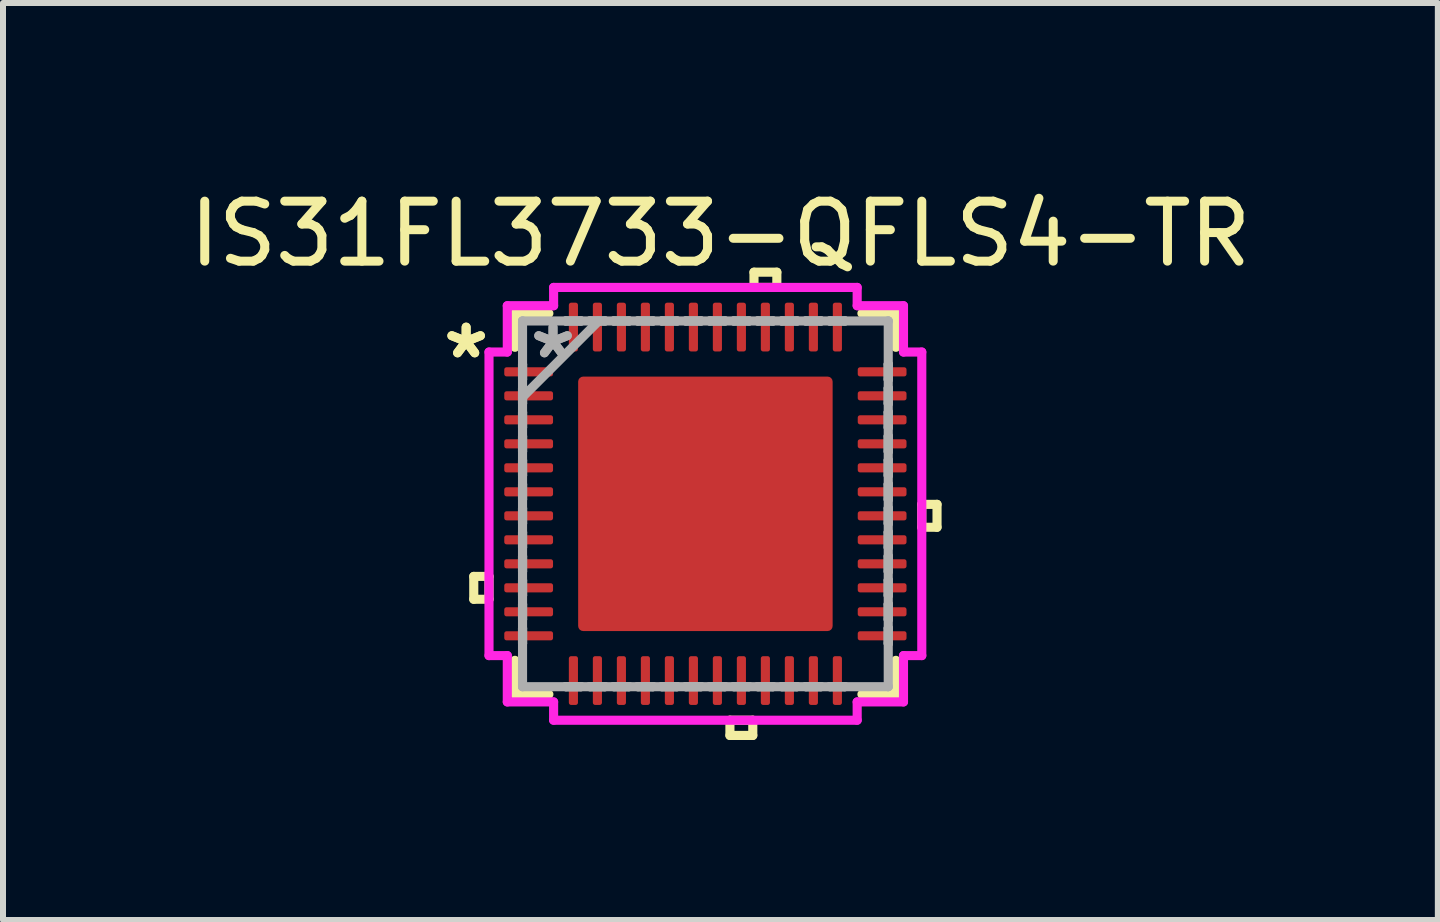
<source format=kicad_pcb>
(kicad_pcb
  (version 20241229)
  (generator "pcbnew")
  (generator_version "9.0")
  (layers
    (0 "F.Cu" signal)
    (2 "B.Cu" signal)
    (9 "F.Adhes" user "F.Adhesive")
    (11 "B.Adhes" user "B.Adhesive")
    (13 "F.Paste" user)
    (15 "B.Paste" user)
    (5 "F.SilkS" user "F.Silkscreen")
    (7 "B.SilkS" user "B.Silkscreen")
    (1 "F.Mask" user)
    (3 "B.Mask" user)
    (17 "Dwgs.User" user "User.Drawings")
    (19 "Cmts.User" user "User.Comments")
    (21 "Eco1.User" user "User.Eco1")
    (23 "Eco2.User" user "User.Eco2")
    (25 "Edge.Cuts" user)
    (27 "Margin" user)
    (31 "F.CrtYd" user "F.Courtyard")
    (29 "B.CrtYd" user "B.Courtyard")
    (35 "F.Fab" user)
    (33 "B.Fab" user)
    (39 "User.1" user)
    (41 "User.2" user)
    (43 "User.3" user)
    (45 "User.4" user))
  (footprint "IS31FL3733-QFLS4-TR"
    (layer "F.Cu")
    (at 8.708 5.348)
    (property "Reference" "IS31FL3733-QFLS4-TR" (at 0.25 -4.5 0) (layer "F.SilkS") (effects (font (size 1 1) (thickness 0.15))))
    (attr smd)
    (fp_line (start -3.861 1.21) (end -3.861 1.591) (stroke (width 0.152) (type solid)) (layer "F.SilkS"))
    (fp_line (start -3.861 1.591) (end -3.607 1.591) (stroke (width 0.152) (type solid)) (layer "F.SilkS"))
    (fp_line (start -3.607 1.21) (end -3.861 1.21) (stroke (width 0.152) (type solid)) (layer "F.SilkS"))
    (fp_line (start -3.607 1.591) (end -3.607 1.21) (stroke (width 0.152) (type solid)) (layer "F.SilkS"))
    (fp_line (start -3.175 -3.175) (end -3.175 -2.609) (stroke (width 0.152) (type solid)) (layer "F.SilkS"))
    (fp_line (start -3.175 2.609) (end -3.175 3.175) (stroke (width 0.152) (type solid)) (layer "F.SilkS"))
    (fp_line (start -3.175 3.175) (end -2.609 3.175) (stroke (width 0.152) (type solid)) (layer "F.SilkS"))
    (fp_line (start -2.609 -3.175) (end -3.175 -3.175) (stroke (width 0.152) (type solid)) (layer "F.SilkS"))
    (fp_line (start 0.409 3.607) (end 0.409 3.861) (stroke (width 0.152) (type solid)) (layer "F.SilkS"))
    (fp_line (start 0.409 3.861) (end 0.79 3.861) (stroke (width 0.152) (type solid)) (layer "F.SilkS"))
    (fp_line (start 0.79 3.607) (end 0.409 3.607) (stroke (width 0.152) (type solid)) (layer "F.SilkS"))
    (fp_line (start 0.79 3.861) (end 0.79 3.607) (stroke (width 0.152) (type solid)) (layer "F.SilkS"))
    (fp_line (start 0.81 -3.861) (end 1.191 -3.861) (stroke (width 0.152) (type solid)) (layer "F.SilkS"))
    (fp_line (start 0.81 -3.607) (end 0.81 -3.861) (stroke (width 0.152) (type solid)) (layer "F.SilkS"))
    (fp_line (start 1.191 -3.861) (end 1.191 -3.607) (stroke (width 0.152) (type solid)) (layer "F.SilkS"))
    (fp_line (start 1.191 -3.607) (end 0.81 -3.607) (stroke (width 0.152) (type solid)) (layer "F.SilkS"))
    (fp_line (start 2.609 3.175) (end 3.175 3.175) (stroke (width 0.152) (type solid)) (layer "F.SilkS"))
    (fp_line (start 3.175 -3.175) (end 2.609 -3.175) (stroke (width 0.152) (type solid)) (layer "F.SilkS"))
    (fp_line (start 3.175 -2.609) (end 3.175 -3.175) (stroke (width 0.152) (type solid)) (layer "F.SilkS"))
    (fp_line (start 3.175 3.175) (end 3.175 2.609) (stroke (width 0.152) (type solid)) (layer "F.SilkS"))
    (fp_line (start 3.607 0.009) (end 3.861 0.009) (stroke (width 0.152) (type solid)) (layer "F.SilkS"))
    (fp_line (start 3.607 0.391) (end 3.607 0.009) (stroke (width 0.152) (type solid)) (layer "F.SilkS"))
    (fp_line (start 3.861 0.009) (end 3.861 0.391) (stroke (width 0.152) (type solid)) (layer "F.SilkS"))
    (fp_line (start 3.861 0.391) (end 3.607 0.391) (stroke (width 0.152) (type solid)) (layer "F.SilkS"))
    (fp_line (start -2.021 -2.021) (end -2.021 -0.807) (stroke (width 0.152) (type solid)) (layer "F.Paste"))
    (fp_line (start -2.021 -0.807) (end -0.807 -0.807) (stroke (width 0.152) (type solid)) (layer "F.Paste"))
    (fp_line (start -2.021 -0.607) (end -2.021 0.607) (stroke (width 0.152) (type solid)) (layer "F.Paste"))
    (fp_line (start -2.021 0.607) (end -0.807 0.607) (stroke (width 0.152) (type solid)) (layer "F.Paste"))
    (fp_line (start -2.021 0.807) (end -2.021 2.021) (stroke (width 0.152) (type solid)) (layer "F.Paste"))
    (fp_line (start -2.021 2.021) (end -0.807 2.021) (stroke (width 0.152) (type solid)) (layer "F.Paste"))
    (fp_line (start -0.807 -2.021) (end -2.021 -2.021) (stroke (width 0.152) (type solid)) (layer "F.Paste"))
    (fp_line (start -0.807 -0.807) (end -0.807 -2.021) (stroke (width 0.152) (type solid)) (layer "F.Paste"))
    (fp_line (start -0.807 -0.607) (end -2.021 -0.607) (stroke (width 0.152) (type solid)) (layer "F.Paste"))
    (fp_line (start -0.807 0.607) (end -0.807 -0.607) (stroke (width 0.152) (type solid)) (layer "F.Paste"))
    (fp_line (start -0.807 0.807) (end -2.021 0.807) (stroke (width 0.152) (type solid)) (layer "F.Paste"))
    (fp_line (start -0.807 2.021) (end -0.807 0.807) (stroke (width 0.152) (type solid)) (layer "F.Paste"))
    (fp_line (start -0.607 -2.021) (end -0.607 -0.807) (stroke (width 0.152) (type solid)) (layer "F.Paste"))
    (fp_line (start -0.607 -0.807) (end 0.607 -0.807) (stroke (width 0.152) (type solid)) (layer "F.Paste"))
    (fp_line (start -0.607 -0.607) (end -0.607 0.607) (stroke (width 0.152) (type solid)) (layer "F.Paste"))
    (fp_line (start -0.607 0.607) (end 0.607 0.607) (stroke (width 0.152) (type solid)) (layer "F.Paste"))
    (fp_line (start -0.607 0.807) (end -0.607 2.021) (stroke (width 0.152) (type solid)) (layer "F.Paste"))
    (fp_line (start -0.607 2.021) (end 0.607 2.021) (stroke (width 0.152) (type solid)) (layer "F.Paste"))
    (fp_line (start 0.607 -2.021) (end -0.607 -2.021) (stroke (width 0.152) (type solid)) (layer "F.Paste"))
    (fp_line (start 0.607 -0.807) (end 0.607 -2.021) (stroke (width 0.152) (type solid)) (layer "F.Paste"))
    (fp_line (start 0.607 -0.607) (end -0.607 -0.607) (stroke (width 0.152) (type solid)) (layer "F.Paste"))
    (fp_line (start 0.607 0.607) (end 0.607 -0.607) (stroke (width 0.152) (type solid)) (layer "F.Paste"))
    (fp_line (start 0.607 0.807) (end -0.607 0.807) (stroke (width 0.152) (type solid)) (layer "F.Paste"))
    (fp_line (start 0.607 2.021) (end 0.607 0.807) (stroke (width 0.152) (type solid)) (layer "F.Paste"))
    (fp_line (start 0.807 -2.021) (end 0.807 -0.807) (stroke (width 0.152) (type solid)) (layer "F.Paste"))
    (fp_line (start 0.807 -0.807) (end 2.021 -0.807) (stroke (width 0.152) (type solid)) (layer "F.Paste"))
    (fp_line (start 0.807 -0.607) (end 0.807 0.607) (stroke (width 0.152) (type solid)) (layer "F.Paste"))
    (fp_line (start 0.807 0.607) (end 2.021 0.607) (stroke (width 0.152) (type solid)) (layer "F.Paste"))
    (fp_line (start 0.807 0.807) (end 0.807 2.021) (stroke (width 0.152) (type solid)) (layer "F.Paste"))
    (fp_line (start 0.807 2.021) (end 2.021 2.021) (stroke (width 0.152) (type solid)) (layer "F.Paste"))
    (fp_line (start 2.021 -2.021) (end 0.807 -2.021) (stroke (width 0.152) (type solid)) (layer "F.Paste"))
    (fp_line (start 2.021 -0.807) (end 2.021 -2.021) (stroke (width 0.152) (type solid)) (layer "F.Paste"))
    (fp_line (start 2.021 -0.607) (end 0.807 -0.607) (stroke (width 0.152) (type solid)) (layer "F.Paste"))
    (fp_line (start 2.021 0.607) (end 2.021 -0.607) (stroke (width 0.152) (type solid)) (layer "F.Paste"))
    (fp_line (start 2.021 0.807) (end 0.807 0.807) (stroke (width 0.152) (type solid)) (layer "F.Paste"))
    (fp_line (start 2.021 2.021) (end 2.021 0.807) (stroke (width 0.152) (type solid)) (layer "F.Paste"))
    (fp_line (start -3.607 -2.53) (end -3.302 -2.53) (stroke (width 0.152) (type solid)) (layer "F.CrtYd"))
    (fp_line (start -3.607 2.53) (end -3.607 -2.53) (stroke (width 0.152) (type solid)) (layer "F.CrtYd"))
    (fp_line (start -3.302 -3.302) (end -2.53 -3.302) (stroke (width 0.152) (type solid)) (layer "F.CrtYd"))
    (fp_line (start -3.302 -2.53) (end -3.302 -3.302) (stroke (width 0.152) (type solid)) (layer "F.CrtYd"))
    (fp_line (start -3.302 2.53) (end -3.607 2.53) (stroke (width 0.152) (type solid)) (layer "F.CrtYd"))
    (fp_line (start -3.302 3.302) (end -3.302 2.53) (stroke (width 0.152) (type solid)) (layer "F.CrtYd"))
    (fp_line (start -2.53 -3.607) (end 2.53 -3.607) (stroke (width 0.152) (type solid)) (layer "F.CrtYd"))
    (fp_line (start -2.53 -3.302) (end -2.53 -3.607) (stroke (width 0.152) (type solid)) (layer "F.CrtYd"))
    (fp_line (start -2.53 3.302) (end -3.302 3.302) (stroke (width 0.152) (type solid)) (layer "F.CrtYd"))
    (fp_line (start -2.53 3.607) (end -2.53 3.302) (stroke (width 0.152) (type solid)) (layer "F.CrtYd"))
    (fp_line (start 2.53 -3.607) (end 2.53 -3.302) (stroke (width 0.152) (type solid)) (layer "F.CrtYd"))
    (fp_line (start 2.53 -3.302) (end 3.302 -3.302) (stroke (width 0.152) (type solid)) (layer "F.CrtYd"))
    (fp_line (start 2.53 3.302) (end 2.53 3.607) (stroke (width 0.152) (type solid)) (layer "F.CrtYd"))
    (fp_line (start 2.53 3.607) (end -2.53 3.607) (stroke (width 0.152) (type solid)) (layer "F.CrtYd"))
    (fp_line (start 3.302 -3.302) (end 3.302 -2.53) (stroke (width 0.152) (type solid)) (layer "F.CrtYd"))
    (fp_line (start 3.302 -2.53) (end 3.607 -2.53) (stroke (width 0.152) (type solid)) (layer "F.CrtYd"))
    (fp_line (start 3.302 2.53) (end 3.302 3.302) (stroke (width 0.152) (type solid)) (layer "F.CrtYd"))
    (fp_line (start 3.302 3.302) (end 2.53 3.302) (stroke (width 0.152) (type solid)) (layer "F.CrtYd"))
    (fp_line (start 3.607 -2.53) (end 3.607 2.53) (stroke (width 0.152) (type solid)) (layer "F.CrtYd"))
    (fp_line (start 3.607 2.53) (end 3.302 2.53) (stroke (width 0.152) (type solid)) (layer "F.CrtYd"))
    (fp_line (start -3.048 -3.048) (end -3.048 -3.048) (stroke (width 0.152) (type solid)) (layer "F.Fab"))
    (fp_line (start -3.048 -3.048) (end -3.048 3.048) (stroke (width 0.152) (type solid)) (layer "F.Fab"))
    (fp_line (start -3.048 -2.327) (end -3.048 -2.327) (stroke (width 0.152) (type solid)) (layer "F.Fab"))
    (fp_line (start -3.048 -2.327) (end -3.048 -2.073) (stroke (width 0.152) (type solid)) (layer "F.Fab"))
    (fp_line (start -3.048 -2.073) (end -3.048 -2.327) (stroke (width 0.152) (type solid)) (layer "F.Fab"))
    (fp_line (start -3.048 -2.073) (end -3.048 -2.073) (stroke (width 0.152) (type solid)) (layer "F.Fab"))
    (fp_line (start -3.048 -1.927) (end -3.048 -1.927) (stroke (width 0.152) (type solid)) (layer "F.Fab"))
    (fp_line (start -3.048 -1.927) (end -3.048 -1.673) (stroke (width 0.152) (type solid)) (layer "F.Fab"))
    (fp_line (start -3.048 -1.778) (end -1.778 -3.048) (stroke (width 0.152) (type solid)) (layer "F.Fab"))
    (fp_line (start -3.048 -1.673) (end -3.048 -1.927) (stroke (width 0.152) (type solid)) (layer "F.Fab"))
    (fp_line (start -3.048 -1.673) (end -3.048 -1.673) (stroke (width 0.152) (type solid)) (layer "F.Fab"))
    (fp_line (start -3.048 -1.527) (end -3.048 -1.527) (stroke (width 0.152) (type solid)) (layer "F.Fab"))
    (fp_line (start -3.048 -1.527) (end -3.048 -1.273) (stroke (width 0.152) (type solid)) (layer "F.Fab"))
    (fp_line (start -3.048 -1.273) (end -3.048 -1.527) (stroke (width 0.152) (type solid)) (layer "F.Fab"))
    (fp_line (start -3.048 -1.273) (end -3.048 -1.273) (stroke (width 0.152) (type solid)) (layer "F.Fab"))
    (fp_line (start -3.048 -1.127) (end -3.048 -1.127) (stroke (width 0.152) (type solid)) (layer "F.Fab"))
    (fp_line (start -3.048 -1.127) (end -3.048 -0.873) (stroke (width 0.152) (type solid)) (layer "F.Fab"))
    (fp_line (start -3.048 -0.873) (end -3.048 -1.127) (stroke (width 0.152) (type solid)) (layer "F.Fab"))
    (fp_line (start -3.048 -0.873) (end -3.048 -0.873) (stroke (width 0.152) (type solid)) (layer "F.Fab"))
    (fp_line (start -3.048 -0.727) (end -3.048 -0.727) (stroke (width 0.152) (type solid)) (layer "F.Fab"))
    (fp_line (start -3.048 -0.727) (end -3.048 -0.473) (stroke (width 0.152) (type solid)) (layer "F.Fab"))
    (fp_line (start -3.048 -0.473) (end -3.048 -0.727) (stroke (width 0.152) (type solid)) (layer "F.Fab"))
    (fp_line (start -3.048 -0.473) (end -3.048 -0.473) (stroke (width 0.152) (type solid)) (layer "F.Fab"))
    (fp_line (start -3.048 -0.327) (end -3.048 -0.327) (stroke (width 0.152) (type solid)) (layer "F.Fab"))
    (fp_line (start -3.048 -0.327) (end -3.048 -0.073) (stroke (width 0.152) (type solid)) (layer "F.Fab"))
    (fp_line (start -3.048 -0.073) (end -3.048 -0.327) (stroke (width 0.152) (type solid)) (layer "F.Fab"))
    (fp_line (start -3.048 -0.073) (end -3.048 -0.073) (stroke (width 0.152) (type solid)) (layer "F.Fab"))
    (fp_line (start -3.048 0.073) (end -3.048 0.073) (stroke (width 0.152) (type solid)) (layer "F.Fab"))
    (fp_line (start -3.048 0.073) (end -3.048 0.327) (stroke (width 0.152) (type solid)) (layer "F.Fab"))
    (fp_line (start -3.048 0.327) (end -3.048 0.073) (stroke (width 0.152) (type solid)) (layer "F.Fab"))
    (fp_line (start -3.048 0.327) (end -3.048 0.327) (stroke (width 0.152) (type solid)) (layer "F.Fab"))
    (fp_line (start -3.048 0.473) (end -3.048 0.473) (stroke (width 0.152) (type solid)) (layer "F.Fab"))
    (fp_line (start -3.048 0.473) (end -3.048 0.727) (stroke (width 0.152) (type solid)) (layer "F.Fab"))
    (fp_line (start -3.048 0.727) (end -3.048 0.473) (stroke (width 0.152) (type solid)) (layer "F.Fab"))
    (fp_line (start -3.048 0.727) (end -3.048 0.727) (stroke (width 0.152) (type solid)) (layer "F.Fab"))
    (fp_line (start -3.048 0.873) (end -3.048 0.873) (stroke (width 0.152) (type solid)) (layer "F.Fab"))
    (fp_line (start -3.048 0.873) (end -3.048 1.127) (stroke (width 0.152) (type solid)) (layer "F.Fab"))
    (fp_line (start -3.048 1.127) (end -3.048 0.873) (stroke (width 0.152) (type solid)) (layer "F.Fab"))
    (fp_line (start -3.048 1.127) (end -3.048 1.127) (stroke (width 0.152) (type solid)) (layer "F.Fab"))
    (fp_line (start -3.048 1.273) (end -3.048 1.273) (stroke (width 0.152) (type solid)) (layer "F.Fab"))
    (fp_line (start -3.048 1.273) (end -3.048 1.527) (stroke (width 0.152) (type solid)) (layer "F.Fab"))
    (fp_line (start -3.048 1.527) (end -3.048 1.273) (stroke (width 0.152) (type solid)) (layer "F.Fab"))
    (fp_line (start -3.048 1.527) (end -3.048 1.527) (stroke (width 0.152) (type solid)) (layer "F.Fab"))
    (fp_line (start -3.048 1.673) (end -3.048 1.673) (stroke (width 0.152) (type solid)) (layer "F.Fab"))
    (fp_line (start -3.048 1.673) (end -3.048 1.927) (stroke (width 0.152) (type solid)) (layer "F.Fab"))
    (fp_line (start -3.048 1.927) (end -3.048 1.673) (stroke (width 0.152) (type solid)) (layer "F.Fab"))
    (fp_line (start -3.048 1.927) (end -3.048 1.927) (stroke (width 0.152) (type solid)) (layer "F.Fab"))
    (fp_line (start -3.048 2.073) (end -3.048 2.073) (stroke (width 0.152) (type solid)) (layer "F.Fab"))
    (fp_line (start -3.048 2.073) (end -3.048 2.327) (stroke (width 0.152) (type solid)) (layer "F.Fab"))
    (fp_line (start -3.048 2.327) (end -3.048 2.073) (stroke (width 0.152) (type solid)) (layer "F.Fab"))
    (fp_line (start -3.048 2.327) (end -3.048 2.327) (stroke (width 0.152) (type solid)) (layer "F.Fab"))
    (fp_line (start -3.048 3.048) (end -3.048 3.048) (stroke (width 0.152) (type solid)) (layer "F.Fab"))
    (fp_line (start -3.048 3.048) (end 3.048 3.048) (stroke (width 0.152) (type solid)) (layer "F.Fab"))
    (fp_line (start -2.327 -3.048) (end -2.327 -3.048) (stroke (width 0.152) (type solid)) (layer "F.Fab"))
    (fp_line (start -2.327 -3.048) (end -2.073 -3.048) (stroke (width 0.152) (type solid)) (layer "F.Fab"))
    (fp_line (start -2.327 3.048) (end -2.327 3.048) (stroke (width 0.152) (type solid)) (layer "F.Fab"))
    (fp_line (start -2.327 3.048) (end -2.073 3.048) (stroke (width 0.152) (type solid)) (layer "F.Fab"))
    (fp_line (start -2.073 -3.048) (end -2.327 -3.048) (stroke (width 0.152) (type solid)) (layer "F.Fab"))
    (fp_line (start -2.073 -3.048) (end -2.073 -3.048) (stroke (width 0.152) (type solid)) (layer "F.Fab"))
    (fp_line (start -2.073 3.048) (end -2.327 3.048) (stroke (width 0.152) (type solid)) (layer "F.Fab"))
    (fp_line (start -2.073 3.048) (end -2.073 3.048) (stroke (width 0.152) (type solid)) (layer "F.Fab"))
    (fp_line (start -1.927 -3.048) (end -1.927 -3.048) (stroke (width 0.152) (type solid)) (layer "F.Fab"))
    (fp_line (start -1.927 -3.048) (end -1.673 -3.048) (stroke (width 0.152) (type solid)) (layer "F.Fab"))
    (fp_line (start -1.927 3.048) (end -1.927 3.048) (stroke (width 0.152) (type solid)) (layer "F.Fab"))
    (fp_line (start -1.927 3.048) (end -1.673 3.048) (stroke (width 0.152) (type solid)) (layer "F.Fab"))
    (fp_line (start -1.673 -3.048) (end -1.927 -3.048) (stroke (width 0.152) (type solid)) (layer "F.Fab"))
    (fp_line (start -1.673 -3.048) (end -1.673 -3.048) (stroke (width 0.152) (type solid)) (layer "F.Fab"))
    (fp_line (start -1.673 3.048) (end -1.927 3.048) (stroke (width 0.152) (type solid)) (layer "F.Fab"))
    (fp_line (start -1.673 3.048) (end -1.673 3.048) (stroke (width 0.152) (type solid)) (layer "F.Fab"))
    (fp_line (start -1.527 -3.048) (end -1.527 -3.048) (stroke (width 0.152) (type solid)) (layer "F.Fab"))
    (fp_line (start -1.527 -3.048) (end -1.273 -3.048) (stroke (width 0.152) (type solid)) (layer "F.Fab"))
    (fp_line (start -1.527 3.048) (end -1.527 3.048) (stroke (width 0.152) (type solid)) (layer "F.Fab"))
    (fp_line (start -1.527 3.048) (end -1.273 3.048) (stroke (width 0.152) (type solid)) (layer "F.Fab"))
    (fp_line (start -1.273 -3.048) (end -1.527 -3.048) (stroke (width 0.152) (type solid)) (layer "F.Fab"))
    (fp_line (start -1.273 -3.048) (end -1.273 -3.048) (stroke (width 0.152) (type solid)) (layer "F.Fab"))
    (fp_line (start -1.273 3.048) (end -1.527 3.048) (stroke (width 0.152) (type solid)) (layer "F.Fab"))
    (fp_line (start -1.273 3.048) (end -1.273 3.048) (stroke (width 0.152) (type solid)) (layer "F.Fab"))
    (fp_line (start -1.127 -3.048) (end -1.127 -3.048) (stroke (width 0.152) (type solid)) (layer "F.Fab"))
    (fp_line (start -1.127 -3.048) (end -0.873 -3.048) (stroke (width 0.152) (type solid)) (layer "F.Fab"))
    (fp_line (start -1.127 3.048) (end -1.127 3.048) (stroke (width 0.152) (type solid)) (layer "F.Fab"))
    (fp_line (start -1.127 3.048) (end -0.873 3.048) (stroke (width 0.152) (type solid)) (layer "F.Fab"))
    (fp_line (start -0.873 -3.048) (end -1.127 -3.048) (stroke (width 0.152) (type solid)) (layer "F.Fab"))
    (fp_line (start -0.873 -3.048) (end -0.873 -3.048) (stroke (width 0.152) (type solid)) (layer "F.Fab"))
    (fp_line (start -0.873 3.048) (end -1.127 3.048) (stroke (width 0.152) (type solid)) (layer "F.Fab"))
    (fp_line (start -0.873 3.048) (end -0.873 3.048) (stroke (width 0.152) (type solid)) (layer "F.Fab"))
    (fp_line (start -0.727 -3.048) (end -0.727 -3.048) (stroke (width 0.152) (type solid)) (layer "F.Fab"))
    (fp_line (start -0.727 -3.048) (end -0.473 -3.048) (stroke (width 0.152) (type solid)) (layer "F.Fab"))
    (fp_line (start -0.727 3.048) (end -0.727 3.048) (stroke (width 0.152) (type solid)) (layer "F.Fab"))
    (fp_line (start -0.727 3.048) (end -0.473 3.048) (stroke (width 0.152) (type solid)) (layer "F.Fab"))
    (fp_line (start -0.473 -3.048) (end -0.727 -3.048) (stroke (width 0.152) (type solid)) (layer "F.Fab"))
    (fp_line (start -0.473 -3.048) (end -0.473 -3.048) (stroke (width 0.152) (type solid)) (layer "F.Fab"))
    (fp_line (start -0.473 3.048) (end -0.727 3.048) (stroke (width 0.152) (type solid)) (layer "F.Fab"))
    (fp_line (start -0.473 3.048) (end -0.473 3.048) (stroke (width 0.152) (type solid)) (layer "F.Fab"))
    (fp_line (start -0.327 -3.048) (end -0.327 -3.048) (stroke (width 0.152) (type solid)) (layer "F.Fab"))
    (fp_line (start -0.327 -3.048) (end -0.073 -3.048) (stroke (width 0.152) (type solid)) (layer "F.Fab"))
    (fp_line (start -0.327 3.048) (end -0.327 3.048) (stroke (width 0.152) (type solid)) (layer "F.Fab"))
    (fp_line (start -0.327 3.048) (end -0.073 3.048) (stroke (width 0.152) (type solid)) (layer "F.Fab"))
    (fp_line (start -0.073 -3.048) (end -0.327 -3.048) (stroke (width 0.152) (type solid)) (layer "F.Fab"))
    (fp_line (start -0.073 -3.048) (end -0.073 -3.048) (stroke (width 0.152) (type solid)) (layer "F.Fab"))
    (fp_line (start -0.073 3.048) (end -0.327 3.048) (stroke (width 0.152) (type solid)) (layer "F.Fab"))
    (fp_line (start -0.073 3.048) (end -0.073 3.048) (stroke (width 0.152) (type solid)) (layer "F.Fab"))
    (fp_line (start 0.073 -3.048) (end 0.073 -3.048) (stroke (width 0.152) (type solid)) (layer "F.Fab"))
    (fp_line (start 0.073 -3.048) (end 0.327 -3.048) (stroke (width 0.152) (type solid)) (layer "F.Fab"))
    (fp_line (start 0.073 3.048) (end 0.073 3.048) (stroke (width 0.152) (type solid)) (layer "F.Fab"))
    (fp_line (start 0.073 3.048) (end 0.327 3.048) (stroke (width 0.152) (type solid)) (layer "F.Fab"))
    (fp_line (start 0.327 -3.048) (end 0.073 -3.048) (stroke (width 0.152) (type solid)) (layer "F.Fab"))
    (fp_line (start 0.327 -3.048) (end 0.327 -3.048) (stroke (width 0.152) (type solid)) (layer "F.Fab"))
    (fp_line (start 0.327 3.048) (end 0.073 3.048) (stroke (width 0.152) (type solid)) (layer "F.Fab"))
    (fp_line (start 0.327 3.048) (end 0.327 3.048) (stroke (width 0.152) (type solid)) (layer "F.Fab"))
    (fp_line (start 0.473 -3.048) (end 0.473 -3.048) (stroke (width 0.152) (type solid)) (layer "F.Fab"))
    (fp_line (start 0.473 -3.048) (end 0.727 -3.048) (stroke (width 0.152) (type solid)) (layer "F.Fab"))
    (fp_line (start 0.473 3.048) (end 0.473 3.048) (stroke (width 0.152) (type solid)) (layer "F.Fab"))
    (fp_line (start 0.473 3.048) (end 0.727 3.048) (stroke (width 0.152) (type solid)) (layer "F.Fab"))
    (fp_line (start 0.727 -3.048) (end 0.473 -3.048) (stroke (width 0.152) (type solid)) (layer "F.Fab"))
    (fp_line (start 0.727 -3.048) (end 0.727 -3.048) (stroke (width 0.152) (type solid)) (layer "F.Fab"))
    (fp_line (start 0.727 3.048) (end 0.473 3.048) (stroke (width 0.152) (type solid)) (layer "F.Fab"))
    (fp_line (start 0.727 3.048) (end 0.727 3.048) (stroke (width 0.152) (type solid)) (layer "F.Fab"))
    (fp_line (start 0.873 -3.048) (end 0.873 -3.048) (stroke (width 0.152) (type solid)) (layer "F.Fab"))
    (fp_line (start 0.873 -3.048) (end 1.127 -3.048) (stroke (width 0.152) (type solid)) (layer "F.Fab"))
    (fp_line (start 0.873 3.048) (end 0.873 3.048) (stroke (width 0.152) (type solid)) (layer "F.Fab"))
    (fp_line (start 0.873 3.048) (end 1.127 3.048) (stroke (width 0.152) (type solid)) (layer "F.Fab"))
    (fp_line (start 1.127 -3.048) (end 0.873 -3.048) (stroke (width 0.152) (type solid)) (layer "F.Fab"))
    (fp_line (start 1.127 -3.048) (end 1.127 -3.048) (stroke (width 0.152) (type solid)) (layer "F.Fab"))
    (fp_line (start 1.127 3.048) (end 0.873 3.048) (stroke (width 0.152) (type solid)) (layer "F.Fab"))
    (fp_line (start 1.127 3.048) (end 1.127 3.048) (stroke (width 0.152) (type solid)) (layer "F.Fab"))
    (fp_line (start 1.273 -3.048) (end 1.273 -3.048) (stroke (width 0.152) (type solid)) (layer "F.Fab"))
    (fp_line (start 1.273 -3.048) (end 1.527 -3.048) (stroke (width 0.152) (type solid)) (layer "F.Fab"))
    (fp_line (start 1.273 3.048) (end 1.273 3.048) (stroke (width 0.152) (type solid)) (layer "F.Fab"))
    (fp_line (start 1.273 3.048) (end 1.527 3.048) (stroke (width 0.152) (type solid)) (layer "F.Fab"))
    (fp_line (start 1.527 -3.048) (end 1.273 -3.048) (stroke (width 0.152) (type solid)) (layer "F.Fab"))
    (fp_line (start 1.527 -3.048) (end 1.527 -3.048) (stroke (width 0.152) (type solid)) (layer "F.Fab"))
    (fp_line (start 1.527 3.048) (end 1.273 3.048) (stroke (width 0.152) (type solid)) (layer "F.Fab"))
    (fp_line (start 1.527 3.048) (end 1.527 3.048) (stroke (width 0.152) (type solid)) (layer "F.Fab"))
    (fp_line (start 1.673 -3.048) (end 1.673 -3.048) (stroke (width 0.152) (type solid)) (layer "F.Fab"))
    (fp_line (start 1.673 -3.048) (end 1.927 -3.048) (stroke (width 0.152) (type solid)) (layer "F.Fab"))
    (fp_line (start 1.673 3.048) (end 1.673 3.048) (stroke (width 0.152) (type solid)) (layer "F.Fab"))
    (fp_line (start 1.673 3.048) (end 1.927 3.048) (stroke (width 0.152) (type solid)) (layer "F.Fab"))
    (fp_line (start 1.927 -3.048) (end 1.673 -3.048) (stroke (width 0.152) (type solid)) (layer "F.Fab"))
    (fp_line (start 1.927 -3.048) (end 1.927 -3.048) (stroke (width 0.152) (type solid)) (layer "F.Fab"))
    (fp_line (start 1.927 3.048) (end 1.673 3.048) (stroke (width 0.152) (type solid)) (layer "F.Fab"))
    (fp_line (start 1.927 3.048) (end 1.927 3.048) (stroke (width 0.152) (type solid)) (layer "F.Fab"))
    (fp_line (start 2.073 -3.048) (end 2.073 -3.048) (stroke (width 0.152) (type solid)) (layer "F.Fab"))
    (fp_line (start 2.073 -3.048) (end 2.327 -3.048) (stroke (width 0.152) (type solid)) (layer "F.Fab"))
    (fp_line (start 2.073 3.048) (end 2.073 3.048) (stroke (width 0.152) (type solid)) (layer "F.Fab"))
    (fp_line (start 2.073 3.048) (end 2.327 3.048) (stroke (width 0.152) (type solid)) (layer "F.Fab"))
    (fp_line (start 2.327 -3.048) (end 2.073 -3.048) (stroke (width 0.152) (type solid)) (layer "F.Fab"))
    (fp_line (start 2.327 -3.048) (end 2.327 -3.048) (stroke (width 0.152) (type solid)) (layer "F.Fab"))
    (fp_line (start 2.327 3.048) (end 2.073 3.048) (stroke (width 0.152) (type solid)) (layer "F.Fab"))
    (fp_line (start 2.327 3.048) (end 2.327 3.048) (stroke (width 0.152) (type solid)) (layer "F.Fab"))
    (fp_line (start 3.048 -3.048) (end -3.048 -3.048) (stroke (width 0.152) (type solid)) (layer "F.Fab"))
    (fp_line (start 3.048 -3.048) (end 3.048 -3.048) (stroke (width 0.152) (type solid)) (layer "F.Fab"))
    (fp_line (start 3.048 -2.327) (end 3.048 -2.327) (stroke (width 0.152) (type solid)) (layer "F.Fab"))
    (fp_line (start 3.048 -2.327) (end 3.048 -2.073) (stroke (width 0.152) (type solid)) (layer "F.Fab"))
    (fp_line (start 3.048 -2.073) (end 3.048 -2.327) (stroke (width 0.152) (type solid)) (layer "F.Fab"))
    (fp_line (start 3.048 -2.073) (end 3.048 -2.073) (stroke (width 0.152) (type solid)) (layer "F.Fab"))
    (fp_line (start 3.048 -1.927) (end 3.048 -1.927) (stroke (width 0.152) (type solid)) (layer "F.Fab"))
    (fp_line (start 3.048 -1.927) (end 3.048 -1.673) (stroke (width 0.152) (type solid)) (layer "F.Fab"))
    (fp_line (start 3.048 -1.673) (end 3.048 -1.927) (stroke (width 0.152) (type solid)) (layer "F.Fab"))
    (fp_line (start 3.048 -1.673) (end 3.048 -1.673) (stroke (width 0.152) (type solid)) (layer "F.Fab"))
    (fp_line (start 3.048 -1.527) (end 3.048 -1.527) (stroke (width 0.152) (type solid)) (layer "F.Fab"))
    (fp_line (start 3.048 -1.527) (end 3.048 -1.273) (stroke (width 0.152) (type solid)) (layer "F.Fab"))
    (fp_line (start 3.048 -1.273) (end 3.048 -1.527) (stroke (width 0.152) (type solid)) (layer "F.Fab"))
    (fp_line (start 3.048 -1.273) (end 3.048 -1.273) (stroke (width 0.152) (type solid)) (layer "F.Fab"))
    (fp_line (start 3.048 -1.127) (end 3.048 -1.127) (stroke (width 0.152) (type solid)) (layer "F.Fab"))
    (fp_line (start 3.048 -1.127) (end 3.048 -0.873) (stroke (width 0.152) (type solid)) (layer "F.Fab"))
    (fp_line (start 3.048 -0.873) (end 3.048 -1.127) (stroke (width 0.152) (type solid)) (layer "F.Fab"))
    (fp_line (start 3.048 -0.873) (end 3.048 -0.873) (stroke (width 0.152) (type solid)) (layer "F.Fab"))
    (fp_line (start 3.048 -0.727) (end 3.048 -0.727) (stroke (width 0.152) (type solid)) (layer "F.Fab"))
    (fp_line (start 3.048 -0.727) (end 3.048 -0.473) (stroke (width 0.152) (type solid)) (layer "F.Fab"))
    (fp_line (start 3.048 -0.473) (end 3.048 -0.727) (stroke (width 0.152) (type solid)) (layer "F.Fab"))
    (fp_line (start 3.048 -0.473) (end 3.048 -0.473) (stroke (width 0.152) (type solid)) (layer "F.Fab"))
    (fp_line (start 3.048 -0.327) (end 3.048 -0.327) (stroke (width 0.152) (type solid)) (layer "F.Fab"))
    (fp_line (start 3.048 -0.327) (end 3.048 -0.073) (stroke (width 0.152) (type solid)) (layer "F.Fab"))
    (fp_line (start 3.048 -0.073) (end 3.048 -0.327) (stroke (width 0.152) (type solid)) (layer "F.Fab"))
    (fp_line (start 3.048 -0.073) (end 3.048 -0.073) (stroke (width 0.152) (type solid)) (layer "F.Fab"))
    (fp_line (start 3.048 0.073) (end 3.048 0.073) (stroke (width 0.152) (type solid)) (layer "F.Fab"))
    (fp_line (start 3.048 0.073) (end 3.048 0.327) (stroke (width 0.152) (type solid)) (layer "F.Fab"))
    (fp_line (start 3.048 0.327) (end 3.048 0.073) (stroke (width 0.152) (type solid)) (layer "F.Fab"))
    (fp_line (start 3.048 0.327) (end 3.048 0.327) (stroke (width 0.152) (type solid)) (layer "F.Fab"))
    (fp_line (start 3.048 0.473) (end 3.048 0.473) (stroke (width 0.152) (type solid)) (layer "F.Fab"))
    (fp_line (start 3.048 0.473) (end 3.048 0.727) (stroke (width 0.152) (type solid)) (layer "F.Fab"))
    (fp_line (start 3.048 0.727) (end 3.048 0.473) (stroke (width 0.152) (type solid)) (layer "F.Fab"))
    (fp_line (start 3.048 0.727) (end 3.048 0.727) (stroke (width 0.152) (type solid)) (layer "F.Fab"))
    (fp_line (start 3.048 0.873) (end 3.048 0.873) (stroke (width 0.152) (type solid)) (layer "F.Fab"))
    (fp_line (start 3.048 0.873) (end 3.048 1.127) (stroke (width 0.152) (type solid)) (layer "F.Fab"))
    (fp_line (start 3.048 1.127) (end 3.048 0.873) (stroke (width 0.152) (type solid)) (layer "F.Fab"))
    (fp_line (start 3.048 1.127) (end 3.048 1.127) (stroke (width 0.152) (type solid)) (layer "F.Fab"))
    (fp_line (start 3.048 1.273) (end 3.048 1.273) (stroke (width 0.152) (type solid)) (layer "F.Fab"))
    (fp_line (start 3.048 1.273) (end 3.048 1.527) (stroke (width 0.152) (type solid)) (layer "F.Fab"))
    (fp_line (start 3.048 1.527) (end 3.048 1.273) (stroke (width 0.152) (type solid)) (layer "F.Fab"))
    (fp_line (start 3.048 1.527) (end 3.048 1.527) (stroke (width 0.152) (type solid)) (layer "F.Fab"))
    (fp_line (start 3.048 1.673) (end 3.048 1.673) (stroke (width 0.152) (type solid)) (layer "F.Fab"))
    (fp_line (start 3.048 1.673) (end 3.048 1.927) (stroke (width 0.152) (type solid)) (layer "F.Fab"))
    (fp_line (start 3.048 1.927) (end 3.048 1.673) (stroke (width 0.152) (type solid)) (layer "F.Fab"))
    (fp_line (start 3.048 1.927) (end 3.048 1.927) (stroke (width 0.152) (type solid)) (layer "F.Fab"))
    (fp_line (start 3.048 2.073) (end 3.048 2.073) (stroke (width 0.152) (type solid)) (layer "F.Fab"))
    (fp_line (start 3.048 2.073) (end 3.048 2.327) (stroke (width 0.152) (type solid)) (layer "F.Fab"))
    (fp_line (start 3.048 2.327) (end 3.048 2.073) (stroke (width 0.152) (type solid)) (layer "F.Fab"))
    (fp_line (start 3.048 2.327) (end 3.048 2.327) (stroke (width 0.152) (type solid)) (layer "F.Fab"))
    (fp_line (start 3.048 3.048) (end 3.048 -3.048) (stroke (width 0.152) (type solid)) (layer "F.Fab"))
    (fp_line (start 3.048 3.048) (end 3.048 3.048) (stroke (width 0.152) (type solid)) (layer "F.Fab"))
    (fp_text user "*" (at -3.988 -2.4 0) (layer "F.SilkS") (effects (font (size 1 1) (thickness 0.15))))
    (fp_text user "*" (at -3.988 -2.4 0) (layer "F.SilkS") (effects (font (size 1 1) (thickness 0.15))))
    (fp_text user "*" (at -2.54 -2.4 0) (layer "F.Fab") (effects (font (size 1 1) (thickness 0.15))))
    (fp_text user "*" (at -2.54 -2.4 0) (layer "F.Fab") (effects (font (size 1 1) (thickness 0.15))))
    (pad "1" smd roundrect (at -2.946 -2.2 90) (size 0.152 0.813) (layers "F.Cu" "F.Mask" "F.Paste") (roundrect_rratio 0.25))
    (pad "2" smd roundrect (at -2.946 -1.8 90) (size 0.152 0.813) (layers "F.Cu" "F.Mask" "F.Paste") (roundrect_rratio 0.25))
    (pad "3" smd roundrect (at -2.946 -1.4 90) (size 0.152 0.813) (layers "F.Cu" "F.Mask" "F.Paste") (roundrect_rratio 0.25))
    (pad "4" smd roundrect (at -2.946 -1 90) (size 0.152 0.813) (layers "F.Cu" "F.Mask" "F.Paste") (roundrect_rratio 0.25))
    (pad "5" smd roundrect (at -2.946 -0.6 90) (size 0.152 0.813) (layers "F.Cu" "F.Mask" "F.Paste") (roundrect_rratio 0.25))
    (pad "6" smd roundrect (at -2.946 -0.2 90) (size 0.152 0.813) (layers "F.Cu" "F.Mask" "F.Paste") (roundrect_rratio 0.25))
    (pad "7" smd roundrect (at -2.946 0.2 90) (size 0.152 0.813) (layers "F.Cu" "F.Mask" "F.Paste") (roundrect_rratio 0.25))
    (pad "8" smd roundrect (at -2.946 0.6 90) (size 0.152 0.813) (layers "F.Cu" "F.Mask" "F.Paste") (roundrect_rratio 0.25))
    (pad "9" smd roundrect (at -2.946 1 90) (size 0.152 0.813) (layers "F.Cu" "F.Mask" "F.Paste") (roundrect_rratio 0.25))
    (pad "10" smd roundrect (at -2.946 1.4 90) (size 0.152 0.813) (layers "F.Cu" "F.Mask" "F.Paste") (roundrect_rratio 0.25))
    (pad "11" smd roundrect (at -2.946 1.8 90) (size 0.152 0.813) (layers "F.Cu" "F.Mask" "F.Paste") (roundrect_rratio 0.25))
    (pad "12" smd roundrect (at -2.946 2.2 90) (size 0.152 0.813) (layers "F.Cu" "F.Mask" "F.Paste") (roundrect_rratio 0.25))
    (pad "13" smd roundrect (at -2.2 2.946) (size 0.152 0.813) (layers "F.Cu" "F.Mask" "F.Paste") (roundrect_rratio 0.25))
    (pad "14" smd roundrect (at -1.8 2.946) (size 0.152 0.813) (layers "F.Cu" "F.Mask" "F.Paste") (roundrect_rratio 0.25))
    (pad "15" smd roundrect (at -1.4 2.946) (size 0.152 0.813) (layers "F.Cu" "F.Mask" "F.Paste") (roundrect_rratio 0.25))
    (pad "16" smd roundrect (at -1 2.946) (size 0.152 0.813) (layers "F.Cu" "F.Mask" "F.Paste") (roundrect_rratio 0.25))
    (pad "17" smd roundrect (at -0.6 2.946) (size 0.152 0.813) (layers "F.Cu" "F.Mask" "F.Paste") (roundrect_rratio 0.25))
    (pad "18" smd roundrect (at -0.2 2.946) (size 0.152 0.813) (layers "F.Cu" "F.Mask" "F.Paste") (roundrect_rratio 0.25))
    (pad "19" smd roundrect (at 0.2 2.946) (size 0.152 0.813) (layers "F.Cu" "F.Mask" "F.Paste") (roundrect_rratio 0.25))
    (pad "20" smd roundrect (at 0.6 2.946) (size 0.152 0.813) (layers "F.Cu" "F.Mask" "F.Paste") (roundrect_rratio 0.25))
    (pad "21" smd roundrect (at 1 2.946) (size 0.152 0.813) (layers "F.Cu" "F.Mask" "F.Paste") (roundrect_rratio 0.25))
    (pad "22" smd roundrect (at 1.4 2.946) (size 0.152 0.813) (layers "F.Cu" "F.Mask" "F.Paste") (roundrect_rratio 0.25))
    (pad "23" smd roundrect (at 1.8 2.946) (size 0.152 0.813) (layers "F.Cu" "F.Mask" "F.Paste") (roundrect_rratio 0.25))
    (pad "24" smd roundrect (at 2.2 2.946) (size 0.152 0.813) (layers "F.Cu" "F.Mask" "F.Paste") (roundrect_rratio 0.25))
    (pad "25" smd roundrect (at 2.946 2.2 90) (size 0.152 0.813) (layers "F.Cu" "F.Mask" "F.Paste") (roundrect_rratio 0.25))
    (pad "26" smd roundrect (at 2.946 1.8 90) (size 0.152 0.813) (layers "F.Cu" "F.Mask" "F.Paste") (roundrect_rratio 0.25))
    (pad "27" smd roundrect (at 2.946 1.4 90) (size 0.152 0.813) (layers "F.Cu" "F.Mask" "F.Paste") (roundrect_rratio 0.25))
    (pad "28" smd roundrect (at 2.946 1 90) (size 0.152 0.813) (layers "F.Cu" "F.Mask" "F.Paste") (roundrect_rratio 0.25))
    (pad "29" smd roundrect (at 2.946 0.6 90) (size 0.152 0.813) (layers "F.Cu" "F.Mask" "F.Paste") (roundrect_rratio 0.25))
    (pad "30" smd roundrect (at 2.946 0.2 90) (size 0.152 0.813) (layers "F.Cu" "F.Mask" "F.Paste") (roundrect_rratio 0.25))
    (pad "31" smd roundrect (at 2.946 -0.2 90) (size 0.152 0.813) (layers "F.Cu" "F.Mask" "F.Paste") (roundrect_rratio 0.25))
    (pad "32" smd roundrect (at 2.946 -0.6 90) (size 0.152 0.813) (layers "F.Cu" "F.Mask" "F.Paste") (roundrect_rratio 0.25))
    (pad "33" smd roundrect (at 2.946 -1 90) (size 0.152 0.813) (layers "F.Cu" "F.Mask" "F.Paste") (roundrect_rratio 0.25))
    (pad "34" smd roundrect (at 2.946 -1.4 90) (size 0.152 0.813) (layers "F.Cu" "F.Mask" "F.Paste") (roundrect_rratio 0.25))
    (pad "35" smd roundrect (at 2.946 -1.8 90) (size 0.152 0.813) (layers "F.Cu" "F.Mask" "F.Paste") (roundrect_rratio 0.25))
    (pad "36" smd roundrect (at 2.946 -2.2 90) (size 0.152 0.813) (layers "F.Cu" "F.Mask" "F.Paste") (roundrect_rratio 0.25))
    (pad "37" smd roundrect (at 2.2 -2.946) (size 0.152 0.813) (layers "F.Cu" "F.Mask" "F.Paste") (roundrect_rratio 0.25))
    (pad "38" smd roundrect (at 1.8 -2.946) (size 0.152 0.813) (layers "F.Cu" "F.Mask" "F.Paste") (roundrect_rratio 0.25))
    (pad "39" smd roundrect (at 1.4 -2.946) (size 0.152 0.813) (layers "F.Cu" "F.Mask" "F.Paste") (roundrect_rratio 0.25))
    (pad "40" smd roundrect (at 1 -2.946) (size 0.152 0.813) (layers "F.Cu" "F.Mask" "F.Paste") (roundrect_rratio 0.25))
    (pad "41" smd roundrect (at 0.6 -2.946) (size 0.152 0.813) (layers "F.Cu" "F.Mask" "F.Paste") (roundrect_rratio 0.25))
    (pad "42" smd roundrect (at 0.2 -2.946) (size 0.152 0.813) (layers "F.Cu" "F.Mask" "F.Paste") (roundrect_rratio 0.25))
    (pad "43" smd roundrect (at -0.2 -2.946) (size 0.152 0.813) (layers "F.Cu" "F.Mask" "F.Paste") (roundrect_rratio 0.25))
    (pad "44" smd roundrect (at -0.6 -2.946) (size 0.152 0.813) (layers "F.Cu" "F.Mask" "F.Paste") (roundrect_rratio 0.25))
    (pad "45" smd roundrect (at -1 -2.946) (size 0.152 0.813) (layers "F.Cu" "F.Mask" "F.Paste") (roundrect_rratio 0.25))
    (pad "46" smd roundrect (at -1.4 -2.946) (size 0.152 0.813) (layers "F.Cu" "F.Mask" "F.Paste") (roundrect_rratio 0.25))
    (pad "47" smd roundrect (at -1.8 -2.946) (size 0.152 0.813) (layers "F.Cu" "F.Mask" "F.Paste") (roundrect_rratio 0.25))
    (pad "48" smd roundrect (at -2.2 -2.946) (size 0.152 0.813) (layers "F.Cu" "F.Mask" "F.Paste") (roundrect_rratio 0.25))
    (pad "49" smd roundrect (at 0 0) (size 4.242 4.242) (layers "F.Cu" "F.Mask" "F.Paste") (roundrect_rratio 0.02)))
  (gr_rect
    (start -3 -3)
    (end 20.917 12.285)
    (stroke (width 0.1) (type default))
    (fill no)
    (layer "Edge.Cuts")))
</source>
